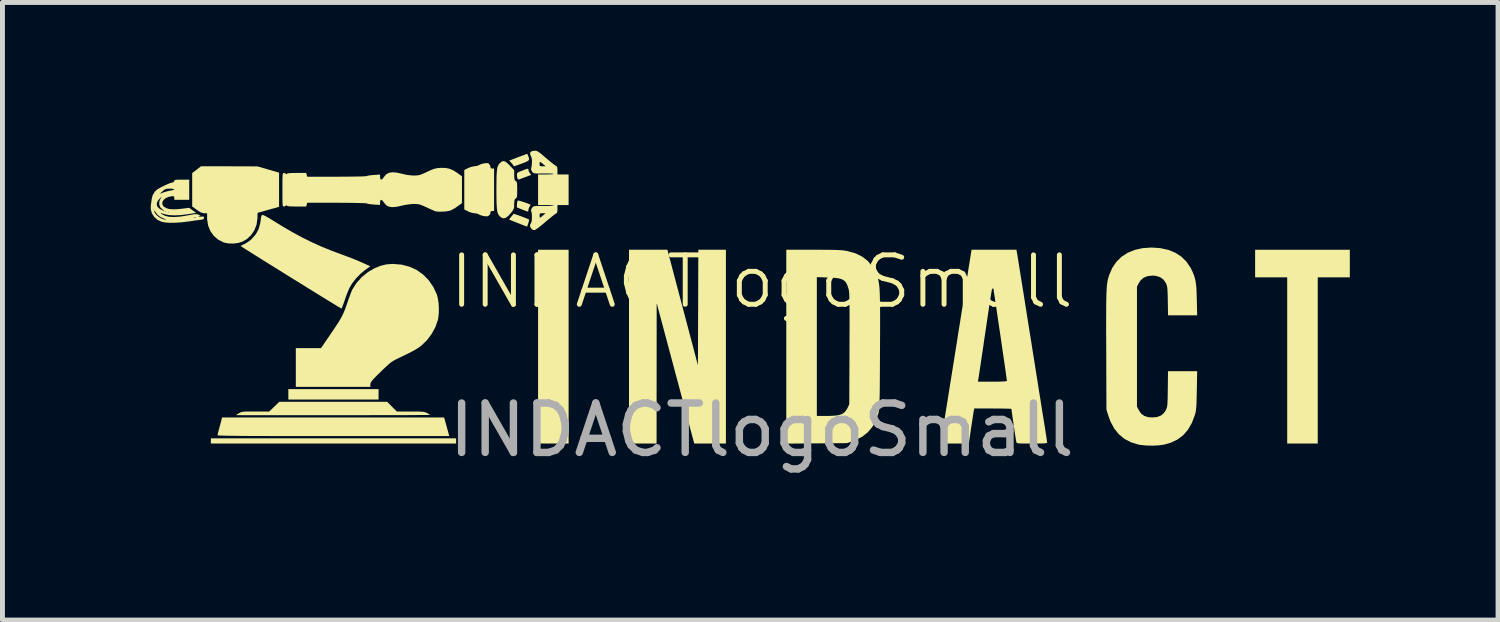
<source format=kicad_pcb>
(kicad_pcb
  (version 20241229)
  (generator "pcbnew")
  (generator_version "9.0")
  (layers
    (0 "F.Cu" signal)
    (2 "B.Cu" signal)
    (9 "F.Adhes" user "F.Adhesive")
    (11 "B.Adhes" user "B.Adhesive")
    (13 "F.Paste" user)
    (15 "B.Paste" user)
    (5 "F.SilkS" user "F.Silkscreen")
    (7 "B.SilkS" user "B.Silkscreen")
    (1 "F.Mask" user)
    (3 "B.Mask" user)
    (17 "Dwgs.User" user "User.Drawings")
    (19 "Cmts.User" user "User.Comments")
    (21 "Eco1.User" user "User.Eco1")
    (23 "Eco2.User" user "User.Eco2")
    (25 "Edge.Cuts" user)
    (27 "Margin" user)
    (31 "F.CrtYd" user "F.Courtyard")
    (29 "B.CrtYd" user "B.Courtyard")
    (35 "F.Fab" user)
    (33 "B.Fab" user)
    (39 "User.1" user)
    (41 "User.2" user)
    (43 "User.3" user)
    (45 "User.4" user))
  (footprint "INDACTlogoSmall"
    (layer "F.Cu")
    (at 12.363 3.15)
    (property "Reference" "INDACTlogoSmall" (at 0 -0.5 0) (unlocked yes) (layer "F.SilkS") (effects (font (size 1 1) (thickness 0.1))))
    (attr smd)
    (fp_poly (pts (xy -7.753 1.78) (xy -7.753 1.885) (xy -8.665 1.885) (xy -9.578 1.885) (xy -9.578 1.78) (xy -9.578 1.674) (xy -8.665 1.674) (xy -7.753 1.674)) (stroke (width 0) (type solid)) (fill yes) (layer "F.SilkS"))
    (fp_poly (pts (xy -6.184 2.723) (xy -6.184 2.775) (xy -8.665 2.775) (xy -11.146 2.775) (xy -11.146 2.723) (xy -11.146 2.67) (xy -8.665 2.67) (xy -6.184 2.67)) (stroke (width 0) (type solid)) (fill yes) (layer "F.SilkS"))
    (fp_poly (pts (xy -3.907 0.814) (xy -3.907 2.775) (xy -4.216 2.775) (xy -4.525 2.775) (xy -4.525 0.814) (xy -4.525 -1.146) (xy -4.216 -1.146) (xy -3.907 -1.146)) (stroke (width 0) (type solid)) (fill yes) (layer "F.SilkS"))
    (fp_poly (pts (xy 11.901 -0.867) (xy 11.901 -0.588) (xy 11.576 -0.588) (xy 11.252 -0.588) (xy 11.252 1.094) (xy 11.252 2.775) (xy 10.943 2.775) (xy 10.634 2.775) (xy 10.634 1.094) (xy 10.634 -0.588) (xy 10.309 -0.588) (xy 9.985 -0.588) (xy 9.985 -0.867) (xy 9.985 -1.146) (xy 10.943 -1.146) (xy 11.901 -1.146)) (stroke (width 0) (type solid)) (fill yes) (layer "F.SilkS"))
    (fp_poly (pts (xy -4.725 -3.043) (xy -4.71 -3.004) (xy -4.707 -2.975) (xy -4.719 -2.952) (xy -4.751 -2.932) (xy -4.805 -2.909) (xy -4.854 -2.89) (xy -4.926 -2.864) (xy -4.973 -2.847) (xy -5.002 -2.839) (xy -5.017 -2.838) (xy -5.022 -2.842) (xy -5.023 -2.847) (xy -5.032 -2.864) (xy -5.056 -2.893) (xy -5.066 -2.904) (xy -5.109 -2.95) (xy -4.927 -3.02) (xy -4.744 -3.089)) (stroke (width 0) (type solid)) (fill yes) (layer "F.SilkS"))
    (fp_poly (pts (xy -0.724 0.814) (xy -0.724 2.775) (xy -1.045 2.775) (xy -1.365 2.775) (xy -1.745 1.354) (xy -2.125 -0.068) (xy -2.126 1.354) (xy -2.127 2.775) (xy -2.406 2.775) (xy -2.685 2.775) (xy -2.685 0.814) (xy -2.685 -1.146) (xy -2.296 -1.146) (xy -1.908 -1.146) (xy -1.599 0.023) (xy -1.29 1.192) (xy -1.286 0.023) (xy -1.282 -1.146) (xy -1.003 -1.146) (xy -0.724 -1.146)) (stroke (width 0) (type solid)) (fill yes) (layer "F.SilkS"))
    (fp_poly (pts (xy -4.92 -2.141) (xy -4.883 -2.132) (xy -4.834 -2.117) (xy -4.78 -2.099) (xy -4.731 -2.081) (xy -4.693 -2.065) (xy -4.678 -2.057) (xy -4.682 -2.044) (xy -4.697 -2.019) (xy -4.715 -1.98) (xy -4.721 -1.95) (xy -4.722 -1.931) (xy -4.727 -1.921) (xy -4.742 -1.921) (xy -4.773 -1.931) (xy -4.824 -1.951) (xy -4.849 -1.961) (xy -4.955 -2.004) (xy -4.952 -2.068) (xy -4.947 -2.11) (xy -4.939 -2.138) (xy -4.937 -2.143)) (stroke (width 0) (type solid)) (fill yes) (layer "F.SilkS"))
    (fp_poly (pts (xy -4.724 -2.782) (xy -4.721 -2.771) (xy -4.721 -2.763) (xy -4.712 -2.731) (xy -4.692 -2.697) (xy -4.663 -2.661) (xy -4.779 -2.618) (xy -4.835 -2.597) (xy -4.881 -2.58) (xy -4.91 -2.569) (xy -4.913 -2.568) (xy -4.934 -2.574) (xy -4.941 -2.585) (xy -4.948 -2.617) (xy -4.953 -2.657) (xy -4.952 -2.684) (xy -4.942 -2.702) (xy -4.917 -2.718) (xy -4.871 -2.738) (xy -4.865 -2.74) (xy -4.8 -2.765) (xy -4.759 -2.78) (xy -4.735 -2.785)) (stroke (width 0) (type solid)) (fill yes) (layer "F.SilkS"))
    (fp_poly (pts (xy -5.01 -1.871) (xy -4.976 -1.861) (xy -4.927 -1.844) (xy -4.871 -1.824) (xy -4.815 -1.803) (xy -4.764 -1.783) (xy -4.726 -1.767) (xy -4.708 -1.757) (xy -4.708 -1.757) (xy -4.708 -1.74) (xy -4.716 -1.707) (xy -4.727 -1.668) (xy -4.739 -1.635) (xy -4.749 -1.616) (xy -4.751 -1.615) (xy -4.767 -1.621) (xy -4.806 -1.636) (xy -4.861 -1.657) (xy -4.925 -1.683) (xy -4.991 -1.709) (xy -5.047 -1.731) (xy -5.087 -1.747) (xy -5.105 -1.754) (xy -5.105 -1.767) (xy -5.087 -1.793) (xy -5.071 -1.811) (xy -5.043 -1.844) (xy -5.025 -1.867) (xy -5.023 -1.873)) (stroke (width 0) (type solid)) (fill yes) (layer "F.SilkS"))
    (fp_poly (pts (xy -6.404 2.327) (xy -6.388 2.383) (xy -6.369 2.453) (xy -6.352 2.515) (xy -6.322 2.624) (xy -8.666 2.624) (xy -8.993 2.624) (xy -9.291 2.624) (xy -9.561 2.624) (xy -9.804 2.624) (xy -10.021 2.623) (xy -10.213 2.622) (xy -10.382 2.622) (xy -10.528 2.621) (xy -10.652 2.619) (xy -10.756 2.618) (xy -10.841 2.617) (xy -10.907 2.615) (xy -10.956 2.613) (xy -10.989 2.611) (xy -11.007 2.609) (xy -11.011 2.607) (xy -11.007 2.584) (xy -10.997 2.541) (xy -10.983 2.487) (xy -10.981 2.482) (xy -10.964 2.418) (xy -10.947 2.356) (xy -10.936 2.311) (xy -10.919 2.247) (xy -8.673 2.247) (xy -6.426 2.247)) (stroke (width 0) (type solid)) (fill yes) (layer "F.SilkS"))
    (fp_poly (pts (xy -10.774 -2.835) (xy -10.204 -2.833) (xy -9.985 -2.77) (xy -9.766 -2.706) (xy -9.766 -2.361) (xy -9.766 -2.015) (xy -9.984 -1.954) (xy -10.201 -1.893) (xy -10.204 -1.779) (xy -10.221 -1.656) (xy -10.264 -1.544) (xy -10.33 -1.445) (xy -10.415 -1.364) (xy -10.508 -1.31) (xy -10.592 -1.284) (xy -10.691 -1.272) (xy -10.79 -1.274) (xy -10.878 -1.291) (xy -10.887 -1.295) (xy -10.996 -1.349) (xy -11.085 -1.425) (xy -11.154 -1.52) (xy -11.2 -1.63) (xy -11.221 -1.754) (xy -11.222 -1.79) (xy -11.222 -1.885) (xy -11.279 -1.885) (xy -11.319 -1.891) (xy -11.362 -1.909) (xy -11.416 -1.943) (xy -11.43 -1.953) (xy -11.524 -2.021) (xy -11.524 -2.36) (xy -11.524 -2.698) (xy -11.434 -2.767) (xy -11.345 -2.836)) (stroke (width 0) (type solid)) (fill yes) (layer "F.SilkS"))
    (fp_poly (pts (xy -7.481 2.029) (xy -7.384 2.127) (xy -7.108 2.127) (xy -7.008 2.127) (xy -6.933 2.128) (xy -6.878 2.131) (xy -6.838 2.135) (xy -6.809 2.142) (xy -6.784 2.151) (xy -6.772 2.157) (xy -6.736 2.177) (xy -6.714 2.192) (xy -6.712 2.195) (xy -6.727 2.196) (xy -6.77 2.197) (xy -6.84 2.197) (xy -6.934 2.198) (xy -7.052 2.199) (xy -7.191 2.2) (xy -7.35 2.2) (xy -7.526 2.201) (xy -7.719 2.201) (xy -7.925 2.201) (xy -8.145 2.202) (xy -8.374 2.202) (xy -8.613 2.202) (xy -8.677 2.202) (xy -10.641 2.201) (xy -10.581 2.164) (xy -10.558 2.151) (xy -10.536 2.141) (xy -10.51 2.135) (xy -10.474 2.13) (xy -10.424 2.128) (xy -10.354 2.127) (xy -10.26 2.127) (xy -10.243 2.127) (xy -9.965 2.127) (xy -9.863 2.029) (xy -9.762 1.931) (xy -8.67 1.931) (xy -7.578 1.931)) (stroke (width 0) (type solid)) (fill yes) (layer "F.SilkS"))
    (fp_poly (pts (xy -5.524 -2.892) (xy -5.52 -2.885) (xy -5.511 -2.867) (xy -5.505 -2.866) (xy -5.494 -2.853) (xy -5.49 -2.828) (xy -5.484 -2.799) (xy -5.46 -2.791) (xy -5.453 -2.79) (xy -5.415 -2.79) (xy -5.415 -2.361) (xy -5.415 -1.931) (xy -5.453 -1.931) (xy -5.481 -1.924) (xy -5.49 -1.9) (xy -5.49 -1.893) (xy -5.495 -1.865) (xy -5.504 -1.855) (xy -5.52 -1.843) (xy -5.523 -1.836) (xy -5.538 -1.825) (xy -5.577 -1.823) (xy -5.603 -1.825) (xy -5.656 -1.835) (xy -5.702 -1.851) (xy -5.716 -1.859) (xy -5.757 -1.877) (xy -5.806 -1.885) (xy -5.811 -1.885) (xy -5.858 -1.892) (xy -5.914 -1.91) (xy -5.943 -1.923) (xy -6.018 -1.961) (xy -6.018 -2.361) (xy -6.018 -2.76) (xy -5.943 -2.798) (xy -5.889 -2.82) (xy -5.835 -2.833) (xy -5.811 -2.836) (xy -5.762 -2.843) (xy -5.72 -2.859) (xy -5.716 -2.862) (xy -5.682 -2.878) (xy -5.637 -2.891) (xy -5.59 -2.898) (xy -5.549 -2.899)) (stroke (width 0) (type solid)) (fill yes) (layer "F.SilkS"))
    (fp_poly (pts (xy -5.188 -2.93) (xy -5.142 -2.895) (xy -5.095 -2.848) (xy -5.008 -2.755) (xy -5.008 -2.656) (xy -5.006 -2.6) (xy -5 -2.565) (xy -4.988 -2.545) (xy -4.977 -2.537) (xy -4.964 -2.526) (xy -4.955 -2.508) (xy -4.95 -2.478) (xy -4.948 -2.43) (xy -4.947 -2.361) (xy -4.948 -2.289) (xy -4.95 -2.241) (xy -4.955 -2.212) (xy -4.964 -2.194) (xy -4.977 -2.184) (xy -4.995 -2.168) (xy -5.004 -2.141) (xy -5.007 -2.097) (xy -5.008 -2.069) (xy -5.009 -2.016) (xy -5.016 -1.979) (xy -5.034 -1.944) (xy -5.066 -1.9) (xy -5.072 -1.893) (xy -5.129 -1.829) (xy -5.18 -1.792) (xy -5.225 -1.781) (xy -5.268 -1.797) (xy -5.301 -1.825) (xy -5.32 -1.847) (xy -5.335 -1.874) (xy -5.347 -1.908) (xy -5.355 -1.954) (xy -5.361 -2.014) (xy -5.365 -2.092) (xy -5.367 -2.192) (xy -5.368 -2.318) (xy -5.368 -2.361) (xy -5.367 -2.494) (xy -5.366 -2.602) (xy -5.363 -2.686) (xy -5.357 -2.751) (xy -5.35 -2.801) (xy -5.339 -2.838) (xy -5.325 -2.866) (xy -5.307 -2.89) (xy -5.301 -2.896) (xy -5.263 -2.929) (xy -5.227 -2.941)) (stroke (width 0) (type solid)) (fill yes) (layer "F.SilkS"))
    (fp_poly (pts (xy -7.286 -0.845) (xy -7.126 -0.803) (xy -6.98 -0.736) (xy -6.85 -0.643) (xy -6.737 -0.528) (xy -6.643 -0.39) (xy -6.576 -0.248) (xy -6.553 -0.165) (xy -6.538 -0.064) (xy -6.532 0.046) (xy -6.535 0.154) (xy -6.547 0.249) (xy -6.552 0.272) (xy -6.602 0.417) (xy -6.678 0.557) (xy -6.774 0.685) (xy -6.886 0.793) (xy -6.92 0.819) (xy -6.962 0.848) (xy -7.017 0.881) (xy -7.087 0.919) (xy -7.176 0.964) (xy -7.288 1.018) (xy -7.367 1.056) (xy -7.416 1.08) (xy -7.459 1.104) (xy -7.5 1.132) (xy -7.544 1.168) (xy -7.596 1.215) (xy -7.662 1.277) (xy -7.71 1.324) (xy -7.783 1.395) (xy -7.837 1.45) (xy -7.874 1.491) (xy -7.898 1.521) (xy -7.912 1.545) (xy -7.918 1.565) (xy -7.919 1.578) (xy -7.919 1.629) (xy -8.673 1.629) (xy -9.427 1.629) (xy -9.427 1.237) (xy -9.427 0.845) (xy -9.172 0.845) (xy -8.918 0.845) (xy -8.745 0.592) (xy -8.668 0.479) (xy -8.607 0.387) (xy -8.557 0.31) (xy -8.518 0.244) (xy -8.486 0.185) (xy -8.459 0.127) (xy -8.434 0.067) (xy -8.41 0.000159) (xy -8.388 -0.062) (xy -8.36 -0.144) (xy -8.332 -0.22) (xy -8.308 -0.284) (xy -8.289 -0.329) (xy -8.284 -0.341) (xy -8.2 -0.473) (xy -8.092 -0.593) (xy -7.966 -0.696) (xy -7.832 -0.773) (xy -7.714 -0.821) (xy -7.602 -0.849) (xy -7.485 -0.859) (xy -7.459 -0.859)) (stroke (width 0) (type solid)) (fill yes) (layer "F.SilkS"))
    (fp_poly (pts (xy -10.082 -1.846) (xy -10.041 -1.827) (xy -9.986 -1.796) (xy -9.923 -1.758) (xy -9.915 -1.753) (xy -9.692 -1.616) (xy -9.484 -1.495) (xy -9.287 -1.389) (xy -9.095 -1.294) (xy -8.901 -1.207) (xy -8.7 -1.126) (xy -8.59 -1.084) (xy -8.473 -1.041) (xy -8.379 -1.006) (xy -8.304 -0.978) (xy -8.242 -0.953) (xy -8.189 -0.932) (xy -8.139 -0.91) (xy -8.087 -0.887) (xy -8.051 -0.871) (xy -7.92 -0.811) (xy -8.025 -0.737) (xy -8.117 -0.661) (xy -8.206 -0.569) (xy -8.284 -0.47) (xy -8.34 -0.377) (xy -8.362 -0.328) (xy -8.39 -0.26) (xy -8.418 -0.183) (xy -8.438 -0.124) (xy -8.461 -0.059) (xy -8.481 -0.005) (xy -8.496 0.031) (xy -8.504 0.044) (xy -8.518 0.036) (xy -8.556 0.014) (xy -8.616 -0.022) (xy -8.695 -0.071) (xy -8.792 -0.13) (xy -8.905 -0.2) (xy -9.032 -0.278) (xy -9.171 -0.364) (xy -9.319 -0.456) (xy -9.476 -0.553) (xy -9.529 -0.585) (xy -9.687 -0.684) (xy -9.838 -0.778) (xy -9.98 -0.866) (xy -10.11 -0.947) (xy -10.227 -1.021) (xy -10.328 -1.084) (xy -10.412 -1.137) (xy -10.477 -1.178) (xy -10.521 -1.207) (xy -10.541 -1.22) (xy -10.543 -1.222) (xy -10.53 -1.231) (xy -10.498 -1.247) (xy -10.474 -1.258) (xy -10.428 -1.283) (xy -10.372 -1.321) (xy -10.319 -1.365) (xy -10.318 -1.367) (xy -10.236 -1.46) (xy -10.179 -1.565) (xy -10.146 -1.686) (xy -10.139 -1.737) (xy -10.132 -1.798) (xy -10.122 -1.834) (xy -10.11 -1.85) (xy -10.104 -1.852)) (stroke (width 0) (type solid)) (fill yes) (layer "F.SilkS"))
    (fp_poly (pts (xy 1.052 -1.146) (xy 1.201 -1.146) (xy 1.324 -1.145) (xy 1.423 -1.144) (xy 1.504 -1.142) (xy 1.569 -1.139) (xy 1.623 -1.136) (xy 1.668 -1.131) (xy 1.709 -1.124) (xy 1.745 -1.117) (xy 1.899 -1.073) (xy 2.031 -1.009) (xy 2.143 -0.923) (xy 2.234 -0.815) (xy 2.306 -0.685) (xy 2.314 -0.668) (xy 2.329 -0.631) (xy 2.342 -0.596) (xy 2.353 -0.56) (xy 2.363 -0.521) (xy 2.371 -0.477) (xy 2.378 -0.425) (xy 2.384 -0.364) (xy 2.388 -0.292) (xy 2.391 -0.206) (xy 2.394 -0.104) (xy 2.395 0.016) (xy 2.396 0.156) (xy 2.396 0.319) (xy 2.396 0.505) (xy 2.395 0.719) (xy 2.394 0.877) (xy 2.393 1.097) (xy 2.392 1.288) (xy 2.391 1.453) (xy 2.39 1.594) (xy 2.389 1.714) (xy 2.387 1.814) (xy 2.385 1.897) (xy 2.383 1.964) (xy 2.381 2.018) (xy 2.378 2.061) (xy 2.374 2.095) (xy 2.371 2.122) (xy 2.366 2.144) (xy 2.363 2.156) (xy 2.31 2.309) (xy 2.238 2.439) (xy 2.147 2.548) (xy 2.035 2.636) (xy 1.9 2.705) (xy 1.846 2.725) (xy 1.727 2.767) (xy 1.112 2.772) (xy 0.498 2.777) (xy 0.498 0.816) (xy 0.498 -0.592) (xy 1.116 -0.592) (xy 1.116 0.813) (xy 1.116 2.217) (xy 1.296 2.217) (xy 1.376 2.216) (xy 1.452 2.212) (xy 1.516 2.207) (xy 1.552 2.201) (xy 1.626 2.178) (xy 1.68 2.14) (xy 1.723 2.081) (xy 1.737 2.055) (xy 1.772 1.983) (xy 1.777 0.854) (xy 1.777 0.64) (xy 1.778 0.453) (xy 1.778 0.293) (xy 1.778 0.156) (xy 1.777 0.041) (xy 1.777 -0.054) (xy 1.775 -0.132) (xy 1.774 -0.195) (xy 1.772 -0.245) (xy 1.769 -0.284) (xy 1.766 -0.314) (xy 1.762 -0.338) (xy 1.757 -0.357) (xy 1.756 -0.36) (xy 1.733 -0.429) (xy 1.706 -0.482) (xy 1.671 -0.521) (xy 1.623 -0.549) (xy 1.56 -0.567) (xy 1.475 -0.578) (xy 1.365 -0.584) (xy 1.339 -0.585) (xy 1.116 -0.592) (xy 0.498 -0.592) (xy 0.498 -1.146)) (stroke (width 0) (type solid)) (fill yes) (layer "F.SilkS"))
    (fp_poly (pts (xy 8.066 -1.179) (xy 8.226 -1.144) (xy 8.369 -1.086) (xy 8.493 -1.006) (xy 8.596 -0.904) (xy 8.679 -0.781) (xy 8.697 -0.747) (xy 8.728 -0.679) (xy 8.752 -0.617) (xy 8.77 -0.555) (xy 8.783 -0.489) (xy 8.793 -0.412) (xy 8.799 -0.319) (xy 8.803 -0.204) (xy 8.805 -0.14) (xy 8.812 0.181) (xy 8.517 0.181) (xy 8.223 0.181) (xy 8.218 -0.109) (xy 8.216 -0.213) (xy 8.213 -0.291) (xy 8.21 -0.349) (xy 8.205 -0.392) (xy 8.197 -0.425) (xy 8.188 -0.453) (xy 8.18 -0.47) (xy 8.132 -0.541) (xy 8.063 -0.591) (xy 7.975 -0.618) (xy 7.912 -0.623) (xy 7.81 -0.613) (xy 7.728 -0.58) (xy 7.665 -0.524) (xy 7.633 -0.475) (xy 7.594 -0.4) (xy 7.594 0.814) (xy 7.594 2.029) (xy 7.633 2.103) (xy 7.68 2.172) (xy 7.743 2.217) (xy 7.824 2.242) (xy 7.904 2.247) (xy 8.002 2.238) (xy 8.079 2.209) (xy 8.139 2.159) (xy 8.175 2.104) (xy 8.187 2.079) (xy 8.196 2.056) (xy 8.203 2.029) (xy 8.208 1.995) (xy 8.211 1.949) (xy 8.214 1.887) (xy 8.216 1.804) (xy 8.217 1.696) (xy 8.218 1.671) (xy 8.222 1.312) (xy 8.517 1.312) (xy 8.812 1.312) (xy 8.805 1.701) (xy 8.802 1.823) (xy 8.8 1.92) (xy 8.797 1.996) (xy 8.792 2.055) (xy 8.787 2.103) (xy 8.78 2.143) (xy 8.771 2.18) (xy 8.765 2.2) (xy 8.705 2.358) (xy 8.627 2.493) (xy 8.531 2.605) (xy 8.415 2.693) (xy 8.28 2.758) (xy 8.142 2.797) (xy 8.032 2.812) (xy 7.908 2.818) (xy 7.781 2.815) (xy 7.665 2.803) (xy 7.625 2.796) (xy 7.473 2.75) (xy 7.341 2.681) (xy 7.228 2.588) (xy 7.135 2.473) (xy 7.059 2.333) (xy 7.017 2.219) (xy 6.976 2.089) (xy 6.972 0.883) (xy 6.971 0.652) (xy 6.97 0.449) (xy 6.97 0.272) (xy 6.971 0.118) (xy 6.971 -0.013) (xy 6.973 -0.126) (xy 6.975 -0.221) (xy 6.978 -0.301) (xy 6.982 -0.368) (xy 6.986 -0.424) (xy 6.992 -0.472) (xy 6.999 -0.514) (xy 7.007 -0.551) (xy 7.017 -0.586) (xy 7.027 -0.621) (xy 7.031 -0.633) (xy 7.093 -0.777) (xy 7.177 -0.901) (xy 7.281 -1.004) (xy 7.406 -1.085) (xy 7.549 -1.143) (xy 7.71 -1.179) (xy 7.888 -1.191)) (stroke (width 0) (type solid)) (fill yes) (layer "F.SilkS"))
    (fp_poly (pts (xy -4.557 -3.147) (xy -4.533 -3.136) (xy -4.502 -3.116) (xy -4.459 -3.083) (xy -4.402 -3.034) (xy -4.356 -2.995) (xy -4.292 -2.941) (xy -4.235 -2.895) (xy -4.19 -2.861) (xy -4.16 -2.84) (xy -4.152 -2.836) (xy -4.139 -2.822) (xy -4.133 -2.78) (xy -4.133 -2.753) (xy -4.133 -2.67) (xy -4.02 -2.67) (xy -3.907 -2.67) (xy -3.907 -2.361) (xy -3.907 -2.051) (xy -4.02 -2.051) (xy -4.133 -2.051) (xy -4.133 -1.968) (xy -4.136 -1.914) (xy -4.145 -1.888) (xy -4.152 -1.885) (xy -4.169 -1.876) (xy -4.205 -1.85) (xy -4.254 -1.81) (xy -4.315 -1.761) (xy -4.363 -1.72) (xy -4.429 -1.664) (xy -4.49 -1.615) (xy -4.541 -1.576) (xy -4.577 -1.552) (xy -4.591 -1.545) (xy -4.628 -1.547) (xy -4.659 -1.57) (xy -4.686 -1.612) (xy -4.686 -1.652) (xy -4.667 -1.687) (xy -4.655 -1.721) (xy -4.649 -1.773) (xy -4.649 -1.833) (xy -4.649 -1.84) (xy -4.495 -1.84) (xy -4.492 -1.808) (xy -4.486 -1.795) (xy -4.485 -1.795) (xy -4.469 -1.804) (xy -4.44 -1.827) (xy -4.425 -1.84) (xy -4.373 -1.885) (xy -4.434 -1.885) (xy -4.473 -1.884) (xy -4.49 -1.874) (xy -4.495 -1.85) (xy -4.495 -1.84) (xy -4.649 -1.84) (xy -4.654 -1.89) (xy -4.666 -1.932) (xy -4.665 -1.962) (xy -4.646 -1.995) (xy -4.633 -2.011) (xy -4.618 -2.021) (xy -4.598 -2.028) (xy -4.565 -2.031) (xy -4.515 -2.032) (xy -4.442 -2.032) (xy -4.412 -2.031) (xy -4.337 -2.031) (xy -4.275 -2.033) (xy -4.231 -2.035) (xy -4.209 -2.039) (xy -4.208 -2.04) (xy -4.222 -2.045) (xy -4.26 -2.048) (xy -4.316 -2.051) (xy -4.367 -2.051) (xy -4.525 -2.051) (xy -4.525 -2.361) (xy -4.525 -2.67) (xy -4.367 -2.67) (xy -4.302 -2.671) (xy -4.249 -2.673) (xy -4.217 -2.677) (xy -4.208 -2.681) (xy -4.222 -2.685) (xy -4.261 -2.688) (xy -4.319 -2.69) (xy -4.391 -2.69) (xy -4.412 -2.69) (xy -4.493 -2.689) (xy -4.55 -2.689) (xy -4.588 -2.691) (xy -4.612 -2.697) (xy -4.628 -2.706) (xy -4.641 -2.72) (xy -4.646 -2.726) (xy -4.666 -2.764) (xy -4.666 -2.789) (xy -4.659 -2.817) (xy -4.652 -2.863) (xy -4.651 -2.881) (xy -4.495 -2.881) (xy -4.492 -2.852) (xy -4.48 -2.839) (xy -4.448 -2.836) (xy -4.434 -2.836) (xy -4.373 -2.836) (xy -4.425 -2.881) (xy -4.457 -2.908) (xy -4.481 -2.924) (xy -4.485 -2.926) (xy -4.492 -2.913) (xy -4.495 -2.881) (xy -4.495 -2.881) (xy -4.651 -2.881) (xy -4.649 -2.901) (xy -4.648 -2.968) (xy -4.66 -3.018) (xy -4.67 -3.041) (xy -4.688 -3.089) (xy -4.679 -3.123) (xy -4.643 -3.143) (xy -4.603 -3.149) (xy -4.579 -3.15)) (stroke (width 0) (type solid)) (fill yes) (layer "F.SilkS"))
    (fp_poly (pts (xy -6.4 -2.802) (xy -6.316 -2.785) (xy -6.236 -2.75) (xy -6.154 -2.697) (xy -6.065 -2.632) (xy -6.065 -2.361) (xy -6.065 -2.089) (xy -6.154 -2.025) (xy -6.208 -1.988) (xy -6.264 -1.957) (xy -6.305 -1.938) (xy -6.351 -1.928) (xy -6.413 -1.92) (xy -6.481 -1.917) (xy -6.545 -1.917) (xy -6.594 -1.923) (xy -6.606 -1.926) (xy -6.629 -1.935) (xy -6.672 -1.954) (xy -6.729 -1.98) (xy -6.78 -2.004) (xy -6.849 -2.035) (xy -6.9 -2.055) (xy -6.943 -2.067) (xy -6.985 -2.072) (xy -7.036 -2.073) (xy -7.044 -2.073) (xy -7.12 -2.067) (xy -7.206 -2.055) (xy -7.28 -2.039) (xy -7.389 -2.015) (xy -7.475 -2.008) (xy -7.543 -2.018) (xy -7.596 -2.045) (xy -7.637 -2.092) (xy -7.645 -2.104) (xy -7.675 -2.143) (xy -7.7 -2.157) (xy -7.717 -2.143) (xy -7.723 -2.105) (xy -7.723 -2.053) (xy -7.855 -2.062) (xy -7.914 -2.067) (xy -7.961 -2.074) (xy -7.988 -2.081) (xy -7.992 -2.084) (xy -8.007 -2.087) (xy -8.05 -2.089) (xy -8.116 -2.091) (xy -8.203 -2.093) (xy -8.307 -2.095) (xy -8.425 -2.096) (xy -8.554 -2.097) (xy -8.597 -2.097) (xy -9.197 -2.097) (xy -9.207 -2.059) (xy -9.216 -2.021) (xy -9.412 -2.021) (xy -9.499 -2.022) (xy -9.559 -2.025) (xy -9.594 -2.03) (xy -9.608 -2.037) (xy -9.608 -2.039) (xy -9.612 -2.05) (xy -9.626 -2.039) (xy -9.656 -2.023) (xy -9.671 -2.021) (xy -9.68 -2.023) (xy -9.687 -2.031) (xy -9.692 -2.048) (xy -9.695 -2.079) (xy -9.697 -2.126) (xy -9.698 -2.194) (xy -9.698 -2.286) (xy -9.698 -2.361) (xy -9.698 -2.47) (xy -9.698 -2.554) (xy -9.696 -2.614) (xy -9.694 -2.655) (xy -9.69 -2.68) (xy -9.685 -2.694) (xy -9.677 -2.699) (xy -9.671 -2.7) (xy -9.638 -2.69) (xy -9.626 -2.682) (xy -9.611 -2.671) (xy -9.608 -2.682) (xy -9.598 -2.69) (xy -9.568 -2.695) (xy -9.513 -2.699) (xy -9.432 -2.7) (xy -9.412 -2.7) (xy -9.216 -2.7) (xy -9.207 -2.662) (xy -9.197 -2.624) (xy -8.597 -2.624) (xy -8.466 -2.625) (xy -8.344 -2.626) (xy -8.235 -2.627) (xy -8.142 -2.629) (xy -8.069 -2.631) (xy -8.018 -2.634) (xy -7.993 -2.636) (xy -7.992 -2.637) (xy -7.975 -2.644) (xy -7.936 -2.651) (xy -7.881 -2.657) (xy -7.855 -2.659) (xy -7.723 -2.668) (xy -7.723 -2.616) (xy -7.716 -2.577) (xy -7.699 -2.564) (xy -7.674 -2.579) (xy -7.645 -2.617) (xy -7.602 -2.67) (xy -7.546 -2.702) (xy -7.474 -2.714) (xy -7.383 -2.707) (xy -7.274 -2.682) (xy -7.179 -2.661) (xy -7.081 -2.65) (xy -7.044 -2.648) (xy -6.993 -2.649) (xy -6.951 -2.653) (xy -6.911 -2.662) (xy -6.864 -2.68) (xy -6.801 -2.709) (xy -6.772 -2.722) (xy -6.699 -2.756) (xy -6.642 -2.779) (xy -6.595 -2.792) (xy -6.547 -2.8) (xy -6.498 -2.803)) (stroke (width 0) (type solid)) (fill yes) (layer "F.SilkS"))
    (fp_poly (pts (xy 5.172 -1.052) (xy 5.176 -1.024) (xy 5.185 -0.968) (xy 5.198 -0.887) (xy 5.215 -0.783) (xy 5.235 -0.657) (xy 5.258 -0.513) (xy 5.284 -0.352) (xy 5.312 -0.176) (xy 5.342 0.012) (xy 5.373 0.21) (xy 5.406 0.416) (xy 5.421 0.513) (xy 5.456 0.729) (xy 5.49 0.944) (xy 5.524 1.155) (xy 5.556 1.358) (xy 5.587 1.551) (xy 5.615 1.732) (xy 5.642 1.897) (xy 5.665 2.044) (xy 5.685 2.17) (xy 5.702 2.272) (xy 5.714 2.348) (xy 5.716 2.361) (xy 5.733 2.464) (xy 5.747 2.558) (xy 5.76 2.639) (xy 5.769 2.702) (xy 5.775 2.743) (xy 5.777 2.756) (xy 5.77 2.763) (xy 5.747 2.768) (xy 5.705 2.772) (xy 5.64 2.774) (xy 5.551 2.775) (xy 5.468 2.775) (xy 5.364 2.775) (xy 5.287 2.775) (xy 5.231 2.773) (xy 5.194 2.771) (xy 5.172 2.766) (xy 5.16 2.76) (xy 5.154 2.751) (xy 5.152 2.741) (xy 5.148 2.719) (xy 5.14 2.673) (xy 5.13 2.608) (xy 5.119 2.531) (xy 5.106 2.445) (xy 5.093 2.358) (xy 5.081 2.274) (xy 5.07 2.198) (xy 5.061 2.136) (xy 5.055 2.093) (xy 5.053 2.074) (xy 5.053 2.074) (xy 5.038 2.072) (xy 4.998 2.07) (xy 4.935 2.069) (xy 4.855 2.067) (xy 4.76 2.067) (xy 4.677 2.066) (xy 4.301 2.066) (xy 4.293 2.108) (xy 4.288 2.131) (xy 4.281 2.178) (xy 4.271 2.243) (xy 4.259 2.321) (xy 4.246 2.406) (xy 4.233 2.493) (xy 4.221 2.576) (xy 4.21 2.651) (xy 4.201 2.712) (xy 4.195 2.753) (xy 4.193 2.77) (xy 4.179 2.771) (xy 4.139 2.773) (xy 4.078 2.774) (xy 4.001 2.775) (xy 3.913 2.775) (xy 3.907 2.775) (xy 3.621 2.775) (xy 3.628 2.734) (xy 3.631 2.715) (xy 3.639 2.668) (xy 3.651 2.596) (xy 3.666 2.501) (xy 3.684 2.384) (xy 3.706 2.249) (xy 3.73 2.097) (xy 3.757 1.931) (xy 3.785 1.753) (xy 3.815 1.564) (xy 3.822 1.523) (xy 4.374 1.523) (xy 4.668 1.523) (xy 4.773 1.523) (xy 4.858 1.521) (xy 4.919 1.517) (xy 4.954 1.513) (xy 4.962 1.509) (xy 4.96 1.49) (xy 4.954 1.445) (xy 4.944 1.376) (xy 4.932 1.286) (xy 4.916 1.179) (xy 4.899 1.058) (xy 4.879 0.926) (xy 4.859 0.785) (xy 4.838 0.64) (xy 4.816 0.493) (xy 4.794 0.346) (xy 4.773 0.205) (xy 4.754 0.07) (xy 4.735 -0.054) (xy 4.719 -0.164) (xy 4.704 -0.257) (xy 4.693 -0.331) (xy 4.685 -0.381) (xy 4.681 -0.406) (xy 4.681 -0.407) (xy 4.678 -0.413) (xy 4.676 -0.413) (xy 4.672 -0.405) (xy 4.667 -0.388) (xy 4.661 -0.358) (xy 4.654 -0.316) (xy 4.644 -0.258) (xy 4.632 -0.184) (xy 4.618 -0.091) (xy 4.6 0.023) (xy 4.58 0.158) (xy 4.556 0.318) (xy 4.529 0.504) (xy 4.497 0.717) (xy 4.489 0.777) (xy 4.468 0.917) (xy 4.448 1.05) (xy 4.43 1.17) (xy 4.414 1.276) (xy 4.401 1.365) (xy 4.39 1.432) (xy 4.384 1.475) (xy 4.381 1.489) (xy 4.374 1.523) (xy 3.822 1.523) (xy 3.847 1.367) (xy 3.879 1.165) (xy 3.912 0.959) (xy 3.945 0.752) (xy 3.977 0.545) (xy 4.01 0.342) (xy 4.041 0.144) (xy 4.072 -0.047) (xy 4.1 -0.228) (xy 4.127 -0.398) (xy 4.152 -0.553) (xy 4.174 -0.692) (xy 4.193 -0.813) (xy 4.205 -0.886) (xy 4.246 -1.146) (xy 4.701 -1.146) (xy 5.155 -1.146)) (stroke (width 0) (type solid)) (fill yes) (layer "F.SilkS"))
    (fp_poly (pts (xy -11.584 -2.361) (xy -11.584 -2.157) (xy -11.735 -2.157) (xy -11.886 -2.157) (xy -11.886 -2.195) (xy -11.889 -2.219) (xy -11.904 -2.23) (xy -11.934 -2.23) (xy -11.987 -2.218) (xy -11.998 -2.216) (xy -12.059 -2.191) (xy -12.103 -2.154) (xy -12.127 -2.111) (xy -12.129 -2.066) (xy -12.106 -2.026) (xy -12.097 -2.019) (xy -12.05 -1.989) (xy -11.993 -1.971) (xy -11.92 -1.964) (xy -11.828 -1.966) (xy -11.718 -1.978) (xy -11.586 -1.995) (xy -11.515 -1.944) (xy -11.444 -1.893) (xy -11.601 -1.867) (xy -11.752 -1.848) (xy -11.887 -1.842) (xy -12.002 -1.849) (xy -12.093 -1.869) (xy -12.096 -1.87) (xy -12.142 -1.885) (xy -12.163 -1.891) (xy -12.162 -1.886) (xy -12.145 -1.872) (xy -12.141 -1.869) (xy -12.077 -1.834) (xy -11.995 -1.813) (xy -11.891 -1.808) (xy -11.765 -1.817) (xy -11.614 -1.841) (xy -11.611 -1.842) (xy -11.534 -1.856) (xy -11.481 -1.865) (xy -11.444 -1.867) (xy -11.419 -1.864) (xy -11.398 -1.857) (xy -11.394 -1.855) (xy -11.354 -1.833) (xy -11.39 -1.822) (xy -11.401 -1.816) (xy -11.382 -1.814) (xy -11.353 -1.816) (xy -11.31 -1.818) (xy -11.289 -1.814) (xy -11.284 -1.801) (xy -11.285 -1.789) (xy -11.296 -1.766) (xy -11.326 -1.755) (xy -11.343 -1.753) (xy -11.377 -1.749) (xy -11.434 -1.742) (xy -11.506 -1.732) (xy -11.585 -1.72) (xy -11.594 -1.719) (xy -11.732 -1.702) (xy -11.862 -1.693) (xy -11.979 -1.692) (xy -12.076 -1.699) (xy -12.145 -1.713) (xy -12.229 -1.753) (xy -12.295 -1.813) (xy -12.341 -1.887) (xy -12.352 -1.927) (xy -12.293 -1.927) (xy -12.281 -1.893) (xy -12.249 -1.852) (xy -12.205 -1.813) (xy -12.157 -1.783) (xy -12.138 -1.774) (xy -12.089 -1.759) (xy -12.059 -1.752) (xy -12.051 -1.754) (xy -12.067 -1.765) (xy -12.102 -1.78) (xy -12.142 -1.798) (xy -11.487 -1.798) (xy -11.472 -1.796) (xy -11.452 -1.799) (xy -11.452 -1.804) (xy -11.472 -1.808) (xy -11.481 -1.805) (xy -11.487 -1.798) (xy -12.142 -1.798) (xy -12.173 -1.813) (xy -12.224 -1.854) (xy -12.265 -1.908) (xy -12.006 -1.908) (xy -11.999 -1.9) (xy -11.991 -1.908) (xy -11.999 -1.916) (xy -12.006 -1.908) (xy -12.265 -1.908) (xy -12.276 -1.923) (xy -12.067 -1.923) (xy -12.059 -1.916) (xy -12.051 -1.923) (xy -12.059 -1.931) (xy -12.067 -1.923) (xy -12.276 -1.923) (xy -12.284 -1.934) (xy -12.292 -1.933) (xy -12.293 -1.927) (xy -12.352 -1.927) (xy -12.362 -1.968) (xy -12.308 -1.968) (xy -12.3 -1.961) (xy -12.293 -1.968) (xy -12.3 -1.976) (xy -12.308 -1.968) (xy -12.362 -1.968) (xy -12.363 -1.971) (xy -12.361 -2.043) (xy -12.355 -2.082) (xy -12.241 -2.082) (xy -12.235 -2.031) (xy -12.199 -1.987) (xy -12.161 -1.962) (xy -12.119 -1.942) (xy -12.094 -1.933) (xy -12.088 -1.935) (xy -12.105 -1.949) (xy -12.122 -1.96) (xy -12.169 -2.004) (xy -12.191 -2.061) (xy -12.189 -2.124) (xy -12.161 -2.188) (xy -12.145 -2.21) (xy -12.139 -2.219) (xy -12.153 -2.21) (xy -12.167 -2.197) (xy -12.219 -2.138) (xy -12.241 -2.082) (xy -12.355 -2.082) (xy -12.353 -2.1) (xy -12.345 -2.161) (xy -12.344 -2.171) (xy -12.323 -2.252) (xy -12.307 -2.278) (xy -12.18 -2.278) (xy -12.104 -2.306) (xy -12.043 -2.325) (xy -11.979 -2.341) (xy -11.957 -2.344) (xy -11.908 -2.355) (xy -11.888 -2.365) (xy -11.897 -2.375) (xy -11.932 -2.381) (xy -11.976 -2.383) (xy -12.03 -2.381) (xy -12.066 -2.373) (xy -12.097 -2.354) (xy -12.123 -2.331) (xy -12.18 -2.278) (xy -12.307 -2.278) (xy -12.28 -2.322) (xy -12.236 -2.363) (xy -12.188 -2.392) (xy -12.129 -2.423) (xy -12.067 -2.454) (xy -12.008 -2.48) (xy -11.961 -2.498) (xy -11.933 -2.504) (xy -11.9 -2.515) (xy -11.89 -2.534) (xy -11.884 -2.548) (xy -11.87 -2.557) (xy -11.844 -2.562) (xy -11.799 -2.564) (xy -11.733 -2.564) (xy -11.584 -2.564)) (stroke (width 0) (type solid)) (fill yes) (layer "F.SilkS"))
    (fp_text user "${REFERENCE}" (at 0 2.5 0) (unlocked yes) (layer "F.Fab") (effects (font (size 1 1) (thickness 0.15)))))
  (gr_rect
    (start -3 -3)
    (end 27.264 9.498)
    (stroke (width 0.1) (type default))
    (fill no)
    (layer "Edge.Cuts")))
</source>
